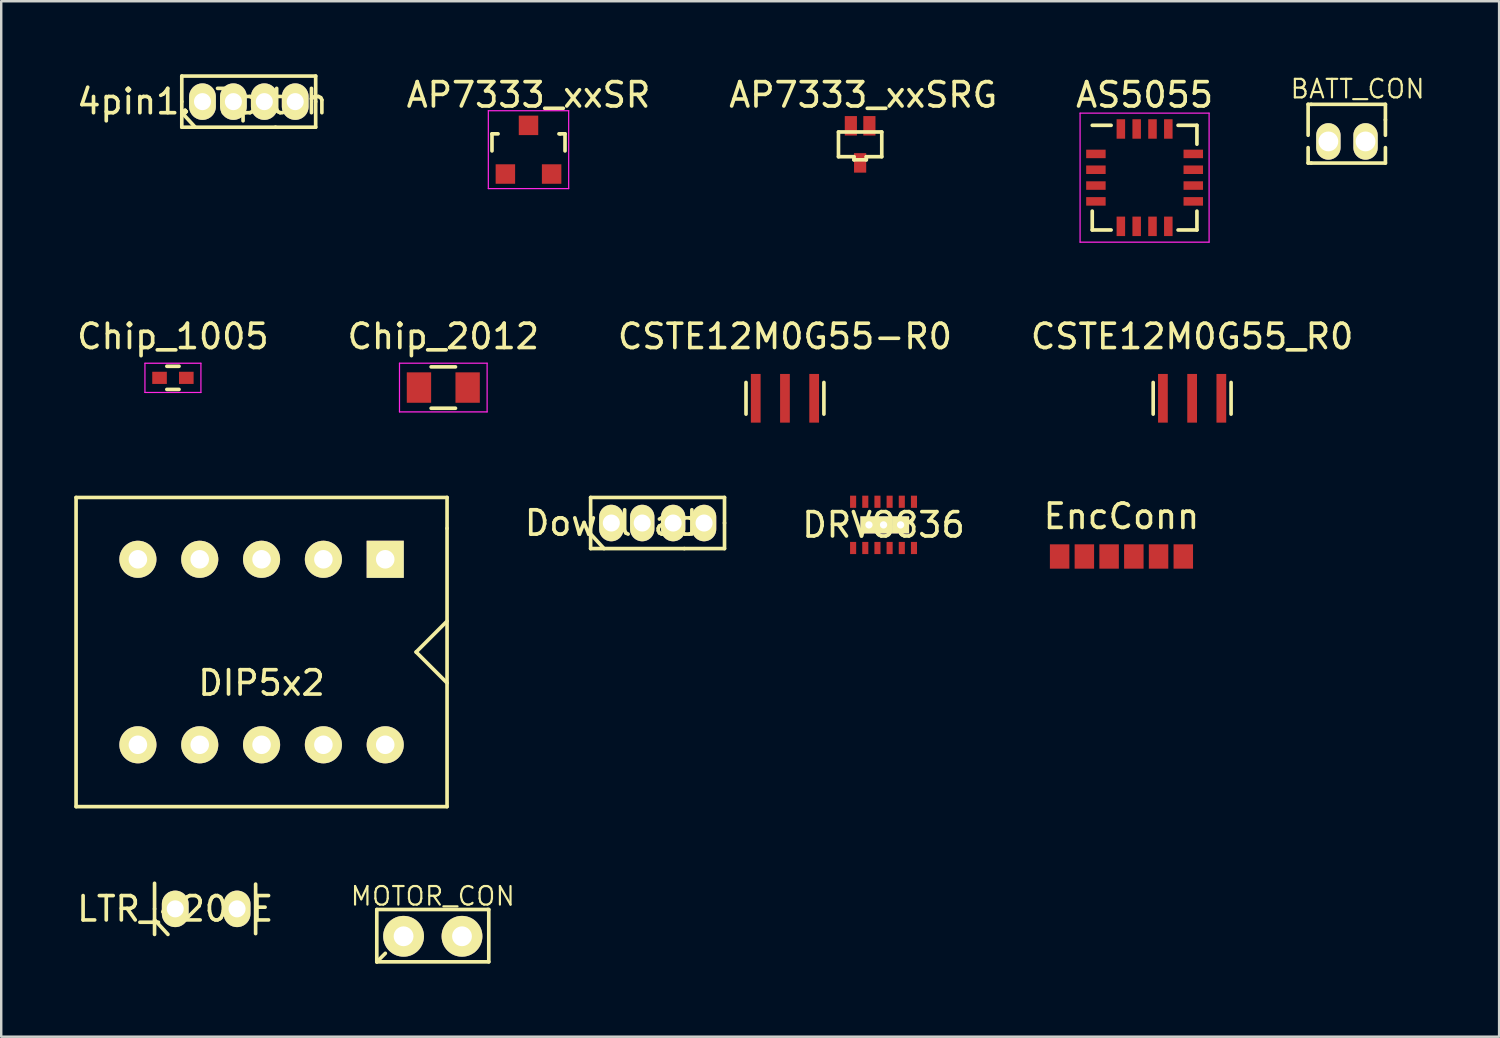
<source format=kicad_pcb>
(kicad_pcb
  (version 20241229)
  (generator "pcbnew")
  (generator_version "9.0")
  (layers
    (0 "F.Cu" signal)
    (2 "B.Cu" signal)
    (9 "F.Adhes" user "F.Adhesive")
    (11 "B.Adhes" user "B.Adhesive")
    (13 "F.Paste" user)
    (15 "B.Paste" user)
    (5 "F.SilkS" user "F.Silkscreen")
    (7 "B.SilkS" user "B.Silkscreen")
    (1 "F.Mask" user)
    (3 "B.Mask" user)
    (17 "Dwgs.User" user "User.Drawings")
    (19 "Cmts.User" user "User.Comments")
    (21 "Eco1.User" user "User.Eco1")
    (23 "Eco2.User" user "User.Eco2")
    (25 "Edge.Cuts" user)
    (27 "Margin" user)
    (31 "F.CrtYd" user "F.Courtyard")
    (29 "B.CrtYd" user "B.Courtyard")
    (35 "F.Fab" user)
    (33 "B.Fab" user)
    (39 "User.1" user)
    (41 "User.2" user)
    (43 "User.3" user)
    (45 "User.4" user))
  (footprint "BATT_CON"
    (layer "F.Cu")
    (at 52.72 2.76)
    (property "Reference" "BATT_CON" (at 0 -2.158 0) (layer "F.SilkS") (effects (font (size 0.762 0.762) (thickness 0.089))))
    (attr through_hole)
    (fp_line (start -2.032 -1.524) (end -2.032 -0.254) (stroke (width 0.15) (type solid)) (layer "F.SilkS"))
    (fp_line (start -2.032 0.889) (end -2.032 0.254) (stroke (width 0.15) (type solid)) (layer "F.SilkS"))
    (fp_line (start -2.032 0.889) (end -1.905 0.889) (stroke (width 0.15) (type solid)) (layer "F.SilkS"))
    (fp_line (start -1.905 -1.524) (end -2.032 -1.524) (stroke (width 0.15) (type solid)) (layer "F.SilkS"))
    (fp_line (start -1.905 -1.524) (end 1.143 -1.524) (stroke (width 0.15) (type solid)) (layer "F.SilkS"))
    (fp_line (start 1.143 -1.524) (end 1.143 -0.889) (stroke (width 0.15) (type solid)) (layer "F.SilkS"))
    (fp_line (start 1.143 -0.889) (end 1.143 -0.254) (stroke (width 0.15) (type solid)) (layer "F.SilkS"))
    (fp_line (start 1.143 0.254) (end 1.143 0.889) (stroke (width 0.15) (type solid)) (layer "F.SilkS"))
    (fp_line (start 1.143 0.889) (end -1.905 0.889) (stroke (width 0.15) (type solid)) (layer "F.SilkS"))
    (pad "1" thru_hole oval (at -1.2 0) (size 1 1.5) (drill 0.813) (layers "*.Cu" "*.Mask" "F.SilkS"))
    (pad "2" thru_hole oval (at 0.327 0) (size 1 1.5) (drill 0.813) (layers "*.Cu" "*.Mask" "F.SilkS")))
  (footprint "LTR_4206E"
    (layer "F.Cu")
    (at 4.149 34.286)
    (property "Reference" "LTR_4206E" (at 0 0 0) (layer "F.SilkS") (effects (font (size 1 1) (thickness 0.15))))
    (attr smd)
    (fp_line (start -0.85 -1.05) (end -0.85 0) (stroke (width 0.15) (type solid)) (layer "F.SilkS"))
    (fp_line (start -0.85 0) (end -0.85 1.05) (stroke (width 0.15) (type solid)) (layer "F.SilkS"))
    (fp_line (start -0.85 0.45) (end -0.3 1.05) (stroke (width 0.15) (type solid)) (layer "F.SilkS"))
    (fp_line (start 3.302 -1.016) (end 3.302 1.016) (stroke (width 0.15) (type solid)) (layer "F.SilkS"))
    (pad "1" thru_hole oval (at 0 0 90) (size 1.5 1.1) (drill 0.7) (layers "*.Cu" "*.Mask" "F.SilkS"))
    (pad "2" thru_hole oval (at 2.54 0 90) (size 1.5 1.1) (drill 0.7) (layers "*.Cu" "*.Mask" "F.SilkS")))
  (footprint "Chip_2012"
    (layer "F.Cu")
    (at 15.161 12.871)
    (property "Reference" "Chip_2012" (at 0 -2.1 0) (layer "F.SilkS") (effects (font (size 1 1) (thickness 0.15))))
    (attr smd)
    (fp_line (start -0.5 0.85) (end 0.5 0.85) (stroke (width 0.15) (type solid)) (layer "F.SilkS"))
    (fp_line (start 0.5 -0.85) (end -0.5 -0.85) (stroke (width 0.15) (type solid)) (layer "F.SilkS"))
    (fp_line (start -1.8 -1) (end -1.8 1) (stroke (width 0.05) (type solid)) (layer "F.CrtYd"))
    (fp_line (start -1.8 -1) (end 1.8 -1) (stroke (width 0.05) (type solid)) (layer "F.CrtYd"))
    (fp_line (start -1.8 1) (end 1.8 1) (stroke (width 0.05) (type solid)) (layer "F.CrtYd"))
    (fp_line (start 1.8 -1) (end 1.8 1) (stroke (width 0.05) (type solid)) (layer "F.CrtYd"))
    (pad "1" smd rect (at -1 0) (size 1 1.25) (layers "F.Cu" "F.Mask" "F.Paste"))
    (pad "2" smd rect (at 1 0) (size 1 1.25) (layers "F.Cu" "F.Mask" "F.Paste")))
  (footprint "AS5055"
    (layer "F.Cu")
    (at 43.97 4.248)
    (property "Reference" "AS5055" (at 0 -3.4 0) (layer "F.SilkS") (effects (font (size 1 1) (thickness 0.15))))
    (attr smd)
    (fp_line (start -2.15 -2.15) (end -1.375 -2.15) (stroke (width 0.15) (type solid)) (layer "F.SilkS"))
    (fp_line (start -2.15 2.15) (end -2.15 1.375) (stroke (width 0.15) (type solid)) (layer "F.SilkS"))
    (fp_line (start -2.15 2.15) (end -1.375 2.15) (stroke (width 0.15) (type solid)) (layer "F.SilkS"))
    (fp_line (start 2.15 -2.15) (end 1.375 -2.15) (stroke (width 0.15) (type solid)) (layer "F.SilkS"))
    (fp_line (start 2.15 -2.15) (end 2.15 -1.375) (stroke (width 0.15) (type solid)) (layer "F.SilkS"))
    (fp_line (start 2.15 2.15) (end 1.375 2.15) (stroke (width 0.15) (type solid)) (layer "F.SilkS"))
    (fp_line (start 2.15 2.15) (end 2.15 1.375) (stroke (width 0.15) (type solid)) (layer "F.SilkS"))
    (fp_line (start -2.65 -2.65) (end -2.65 2.65) (stroke (width 0.05) (type solid)) (layer "F.CrtYd"))
    (fp_line (start -2.65 -2.65) (end 2.65 -2.65) (stroke (width 0.05) (type solid)) (layer "F.CrtYd"))
    (fp_line (start -2.65 2.65) (end 2.65 2.65) (stroke (width 0.05) (type solid)) (layer "F.CrtYd"))
    (fp_line (start 2.65 -2.65) (end 2.65 2.65) (stroke (width 0.05) (type solid)) (layer "F.CrtYd"))
    (pad "1" smd rect (at -2 -0.975) (size 0.8 0.35) (layers "F.Cu" "F.Mask" "F.Paste"))
    (pad "2" smd rect (at -2 -0.325) (size 0.8 0.35) (layers "F.Cu" "F.Mask" "F.Paste"))
    (pad "3" smd rect (at -2 0.325) (size 0.8 0.35) (layers "F.Cu" "F.Mask" "F.Paste"))
    (pad "4" smd rect (at -2 0.975) (size 0.8 0.35) (layers "F.Cu" "F.Mask" "F.Paste"))
    (pad "5" smd rect (at -0.975 2 90) (size 0.8 0.35) (layers "F.Cu" "F.Mask" "F.Paste"))
    (pad "6" smd rect (at -0.325 2 90) (size 0.8 0.35) (layers "F.Cu" "F.Mask" "F.Paste"))
    (pad "7" smd rect (at 0.325 2 90) (size 0.8 0.35) (layers "F.Cu" "F.Mask" "F.Paste"))
    (pad "8" smd rect (at 0.975 2 90) (size 0.8 0.35) (layers "F.Cu" "F.Mask" "F.Paste"))
    (pad "9" smd rect (at 2 0.975) (size 0.8 0.35) (layers "F.Cu" "F.Mask" "F.Paste"))
    (pad "10" smd rect (at 2 0.325) (size 0.8 0.35) (layers "F.Cu" "F.Mask" "F.Paste"))
    (pad "11" smd rect (at 2 -0.325) (size 0.8 0.35) (layers "F.Cu" "F.Mask" "F.Paste"))
    (pad "12" smd rect (at 2 -0.975) (size 0.8 0.35) (layers "F.Cu" "F.Mask" "F.Paste"))
    (pad "13" smd rect (at 0.975 -2 90) (size 0.8 0.35) (layers "F.Cu" "F.Mask" "F.Paste"))
    (pad "14" smd rect (at 0.325 -2 90) (size 0.8 0.35) (layers "F.Cu" "F.Mask" "F.Paste"))
    (pad "15" smd rect (at -0.325 -2 90) (size 0.8 0.35) (layers "F.Cu" "F.Mask" "F.Paste"))
    (pad "16" smd rect (at -0.975 -2 90) (size 0.8 0.35) (layers "F.Cu" "F.Mask" "F.Paste")))
  (footprint "4pin1.27pitch"
    (layer "F.Cu")
    (at 5.268 1.125)
    (property "Reference" "4pin1.27pitch" (at 0 0 0) (layer "F.SilkS") (effects (font (size 1 1) (thickness 0.15))))
    (attr through_hole)
    (fp_line (start -0.85 -1.05) (end -0.85 0) (stroke (width 0.15) (type solid)) (layer "F.SilkS"))
    (fp_line (start -0.85 0) (end -0.85 1.05) (stroke (width 0.15) (type solid)) (layer "F.SilkS"))
    (fp_line (start -0.85 0.45) (end -0.3 1.05) (stroke (width 0.15) (type solid)) (layer "F.SilkS"))
    (fp_line (start -0.85 1.05) (end 3 1.05) (stroke (width 0.15) (type solid)) (layer "F.SilkS"))
    (fp_line (start 4.65 -1.05) (end -0.85 -1.05) (stroke (width 0.15) (type solid)) (layer "F.SilkS"))
    (fp_line (start 4.65 0) (end 4.65 -1.05) (stroke (width 0.15) (type solid)) (layer "F.SilkS"))
    (fp_line (start 4.65 0) (end 4.65 1.05) (stroke (width 0.15) (type solid)) (layer "F.SilkS"))
    (fp_line (start 4.65 1.05) (end 3 1.05) (stroke (width 0.15) (type solid)) (layer "F.SilkS"))
    (pad "" thru_hole oval (at 0 0 90) (size 1.5 1.1) (drill 0.7) (layers "*.Cu" "*.Mask" "F.SilkS"))
    (pad "" thru_hole oval (at 1.27 0 90) (size 1.5 1.1) (drill 0.7) (layers "*.Cu" "*.Mask" "F.SilkS"))
    (pad "" thru_hole oval (at 2.54 0 90) (size 1.5 1.1) (drill 0.7) (layers "*.Cu" "*.Mask" "F.SilkS"))
    (pad "" thru_hole oval (at 3.81 0 90) (size 1.5 1.1) (drill 0.7) (layers "*.Cu" "*.Mask" "F.SilkS")))
  (footprint "CSTE12M0G55-R0"
    (layer "F.Cu")
    (at 29.196 13.312)
    (property "Reference" "CSTE12M0G55-R0" (at 0 -2.54 0) (layer "F.SilkS") (effects (font (size 1 1) (thickness 0.15))))
    (attr through_hole)
    (fp_line (start -1.6 -0.65) (end -1.6 0.65) (stroke (width 0.15) (type solid)) (layer "F.SilkS"))
    (fp_line (start 1.6 -0.65) (end 1.6 0.65) (stroke (width 0.15) (type solid)) (layer "F.SilkS"))
    (pad "" smd rect (at -1.2 0) (size 0.4 2) (layers "F.Cu" "F.Mask" "F.Paste"))
    (pad "" smd rect (at 0 0) (size 0.4 2) (layers "F.Cu" "F.Mask" "F.Paste"))
    (pad "" smd rect (at 1.2 0) (size 0.4 2) (layers "F.Cu" "F.Mask" "F.Paste")))
  (footprint "AP7333_xxSR"
    (layer "F.Cu")
    (at 18.661 3.098)
    (property "Reference" "AP7333_xxSR" (at 0 -2.25 0) (layer "F.SilkS") (effects (font (size 1 1) (thickness 0.15))))
    (attr smd)
    (fp_line (start -1.5 -0.65) (end -1.251 -0.65) (stroke (width 0.15) (type solid)) (layer "F.SilkS"))
    (fp_line (start -1.5 0.051) (end -1.5 -0.65) (stroke (width 0.15) (type solid)) (layer "F.SilkS"))
    (fp_line (start 1.299 -0.65) (end 1.251 -0.65) (stroke (width 0.15) (type solid)) (layer "F.SilkS"))
    (fp_line (start 1.299 -0.65) (end 1.5 -0.65) (stroke (width 0.15) (type solid)) (layer "F.SilkS"))
    (fp_line (start 1.5 -0.65) (end 1.5 0.051) (stroke (width 0.15) (type solid)) (layer "F.SilkS"))
    (fp_line (start -1.65 -1.6) (end 1.65 -1.6) (stroke (width 0.05) (type solid)) (layer "F.CrtYd"))
    (fp_line (start -1.65 1.6) (end -1.65 -1.6) (stroke (width 0.05) (type solid)) (layer "F.CrtYd"))
    (fp_line (start 1.65 -1.6) (end 1.65 1.6) (stroke (width 0.05) (type solid)) (layer "F.CrtYd"))
    (fp_line (start 1.65 1.6) (end -1.65 1.6) (stroke (width 0.05) (type solid)) (layer "F.CrtYd"))
    (pad "GND" smd rect (at -0.95 1.001) (size 0.8 0.8) (layers "F.Cu" "F.Mask" "F.Paste"))
    (pad "VI" smd rect (at 0 -0.998) (size 0.8 0.8) (layers "F.Cu" "F.Mask" "F.Paste"))
    (pad "VO" smd rect (at 0.95 1.001) (size 0.8 0.8) (layers "F.Cu" "F.Mask" "F.Paste")))
  (footprint "Chip_1005"
    (layer "F.Cu")
    (at 4.054 12.472)
    (property "Reference" "Chip_1005" (at 0 -1.7 0) (layer "F.SilkS") (effects (font (size 1 1) (thickness 0.15))))
    (attr smd)
    (fp_line (start -0.25 0.475) (end 0.25 0.475) (stroke (width 0.15) (type solid)) (layer "F.SilkS"))
    (fp_line (start 0.25 -0.475) (end -0.25 -0.475) (stroke (width 0.15) (type solid)) (layer "F.SilkS"))
    (fp_line (start -1.15 -0.6) (end -1.15 0.6) (stroke (width 0.05) (type solid)) (layer "F.CrtYd"))
    (fp_line (start -1.15 -0.6) (end 1.15 -0.6) (stroke (width 0.05) (type solid)) (layer "F.CrtYd"))
    (fp_line (start -1.15 0.6) (end 1.15 0.6) (stroke (width 0.05) (type solid)) (layer "F.CrtYd"))
    (fp_line (start 1.15 -0.6) (end 1.15 0.6) (stroke (width 0.05) (type solid)) (layer "F.CrtYd"))
    (pad "1" smd rect (at -0.55 0) (size 0.6 0.5) (layers "F.Cu" "F.Mask" "F.Paste"))
    (pad "2" smd rect (at 0.55 0) (size 0.6 0.5) (layers "F.Cu" "F.Mask" "F.Paste")))
  (footprint "CSTE12M0G55_R0"
    (layer "F.Cu")
    (at 45.923 13.312)
    (property "Reference" "CSTE12M0G55_R0" (at 0 -2.54 0) (layer "F.SilkS") (effects (font (size 1 1) (thickness 0.15))))
    (attr through_hole)
    (fp_line (start -1.6 -0.65) (end -1.6 0.65) (stroke (width 0.15) (type solid)) (layer "F.SilkS"))
    (fp_line (start 1.6 -0.65) (end 1.6 0.65) (stroke (width 0.15) (type solid)) (layer "F.SilkS"))
    (pad "1" smd rect (at -1.2 0) (size 0.4 2) (layers "F.Cu" "F.Mask" "F.Paste"))
    (pad "2" smd rect (at 1.2 0) (size 0.4 2) (layers "F.Cu" "F.Mask" "F.Paste"))
    (pad "3" smd rect (at 0 0) (size 0.4 2) (layers "F.Cu" "F.Mask" "F.Paste")))
  (footprint "DIP5x2"
    (layer "F.Cu")
    (at 7.695 22.466)
    (property "Reference" "DIP5x2" (at 0 2.54 0) (layer "F.SilkS") (effects (font (size 1 1) (thickness 0.15))))
    (attr through_hole)
    (fp_line (start -7.62 -5.08) (end 7.62 -5.08) (stroke (width 0.15) (type solid)) (layer "F.SilkS"))
    (fp_line (start -7.62 7.62) (end -7.62 -5.08) (stroke (width 0.15) (type solid)) (layer "F.SilkS"))
    (fp_line (start 6.35 1.27) (end 7.62 0) (stroke (width 0.15) (type solid)) (layer "F.SilkS"))
    (fp_line (start 6.35 1.27) (end 7.62 2.54) (stroke (width 0.15) (type solid)) (layer "F.SilkS"))
    (fp_line (start 7.62 -5.08) (end 7.62 -3.81) (stroke (width 0.15) (type solid)) (layer "F.SilkS"))
    (fp_line (start 7.62 -3.81) (end 7.62 7.62) (stroke (width 0.15) (type solid)) (layer "F.SilkS"))
    (fp_line (start 7.62 7.62) (end -7.62 7.62) (stroke (width 0.15) (type solid)) (layer "F.SilkS"))
    (pad "1" thru_hole rect (at 5.08 -2.54) (size 1.524 1.524) (drill 0.762) (layers "*.Cu" "*.Mask" "F.SilkS"))
    (pad "2" thru_hole circle (at 2.54 -2.54) (size 1.524 1.524) (drill 0.762) (layers "*.Cu" "*.Mask" "F.SilkS"))
    (pad "3" thru_hole circle (at 0 -2.54) (size 1.524 1.524) (drill 0.762) (layers "*.Cu" "*.Mask" "F.SilkS"))
    (pad "4" thru_hole circle (at -2.54 -2.54) (size 1.524 1.524) (drill 0.762) (layers "*.Cu" "*.Mask" "F.SilkS"))
    (pad "5" thru_hole circle (at -5.08 -2.54) (size 1.524 1.524) (drill 0.762) (layers "*.Cu" "*.Mask" "F.SilkS"))
    (pad "6" thru_hole circle (at -5.08 5.08) (size 1.524 1.524) (drill 0.762) (layers "*.Cu" "*.Mask" "F.SilkS"))
    (pad "7" thru_hole circle (at -2.54 5.08) (size 1.524 1.524) (drill 0.762) (layers "*.Cu" "*.Mask" "F.SilkS"))
    (pad "8" thru_hole circle (at 0 5.08) (size 1.524 1.524) (drill 0.762) (layers "*.Cu" "*.Mask" "F.SilkS"))
    (pad "9" thru_hole circle (at 2.54 5.08) (size 1.524 1.524) (drill 0.762) (layers "*.Cu" "*.Mask" "F.SilkS"))
    (pad "10" thru_hole circle (at 5.08 5.08) (size 1.524 1.524) (drill 0.762) (layers "*.Cu" "*.Mask" "F.SilkS")))
  (footprint "MOTOR_CON"
    (layer "F.Cu")
    (at 14.729 35.413)
    (property "Reference" "MOTOR_CON" (at 0 -1.65 0) (layer "F.SilkS") (effects (font (size 0.762 0.762) (thickness 0.089))))
    (attr through_hole)
    (fp_line (start -2.3 -1.1) (end -2.3 1.05) (stroke (width 0.15) (type solid)) (layer "F.SilkS"))
    (fp_line (start -2.3 1.05) (end 2.3 1.05) (stroke (width 0.15) (type solid)) (layer "F.SilkS"))
    (fp_line (start -1.95 0.7) (end -2.3 1.05) (stroke (width 0.15) (type solid)) (layer "F.SilkS"))
    (fp_line (start 2.25 -1.1) (end -2.3 -1.1) (stroke (width 0.15) (type solid)) (layer "F.SilkS"))
    (fp_line (start 2.25 -1.1) (end 2.3 -1.1) (stroke (width 0.15) (type solid)) (layer "F.SilkS"))
    (fp_line (start 2.3 -1.1) (end 2.3 1.05) (stroke (width 0.15) (type solid)) (layer "F.SilkS"))
    (pad "1" thru_hole circle (at -1.2 0) (size 1.676 1.676) (drill 0.813) (layers "*.Cu" "*.Mask" "F.SilkS"))
    (pad "2" thru_hole circle (at 1.2 0) (size 1.676 1.676) (drill 0.813) (layers "*.Cu" "*.Mask" "F.SilkS")))
  (footprint "EncConn"
    (layer "F.Cu")
    (at 43.02 20.827)
    (property "Reference" "EncConn" (at 0 -2.667 0) (layer "F.SilkS") (effects (font (size 1 1) (thickness 0.15))))
    (attr through_hole)
    (pad "1" smd rect (at -2.54 -1.016) (size 0.8 1) (layers "F.Cu" "F.Mask" "F.Paste"))
    (pad "2" smd rect (at -1.524 -1.016) (size 0.8 1) (layers "F.Cu" "F.Mask" "F.Paste"))
    (pad "3" smd rect (at -0.508 -1.016) (size 0.8 1) (layers "F.Cu" "F.Mask" "F.Paste"))
    (pad "4" smd rect (at 0.508 -1.016) (size 0.8 1) (layers "F.Cu" "F.Mask" "F.Paste"))
    (pad "5" smd rect (at 1.524 -1.016) (size 0.8 1) (layers "F.Cu" "F.Mask" "F.Paste"))
    (pad "6" smd rect (at 2.54 -1.016) (size 0.8 1) (layers "F.Cu" "F.Mask" "F.Paste")))
  (footprint "DRV8836"
    (layer "F.Cu")
    (at 33.246 18.512)
    (property "Reference" "DRV8836" (at 0 0 0) (layer "F.SilkS") (effects (font (size 1 1) (thickness 0.15))))
    (attr through_hole)
    (pad "" thru_hole trapezoid (at -0.6 0 90) (size 0.7 0.7) (drill 0.3) (layers "*.Cu" "*.Mask" "F.SilkS"))
    (pad "" thru_hole trapezoid (at 0 0 90) (size 0.7 0.7) (drill 0.3) (layers "*.Cu" "*.Mask" "F.SilkS"))
    (pad "" thru_hole trapezoid (at 0.7 0 90) (size 0.7 0.7) (drill 0.3) (layers "*.Cu" "*.Mask" "F.SilkS"))
    (pad "1" smd trapezoid (at -1.25 0.95 90) (size 0.5 0.25) (layers "F.Cu" "F.Mask" "F.Paste"))
    (pad "2" smd trapezoid (at -0.75 0.95 90) (size 0.5 0.25) (layers "F.Cu" "F.Mask" "F.Paste"))
    (pad "3" smd trapezoid (at -0.25 0.95 90) (size 0.5 0.25) (layers "F.Cu" "F.Mask" "F.Paste"))
    (pad "4" smd trapezoid (at 0.25 0.95 90) (size 0.5 0.25) (layers "F.Cu" "F.Mask" "F.Paste"))
    (pad "4" smd trapezoid (at 0.75 0.95 90) (size 0.5 0.25) (layers "F.Cu" "F.Mask" "F.Paste"))
    (pad "6" smd trapezoid (at 1.25 0.95 90) (size 0.5 0.25) (layers "F.Cu" "F.Mask" "F.Paste"))
    (pad "7" smd trapezoid (at 1.25 -0.95 90) (size 0.5 0.25) (layers "F.Cu" "F.Mask" "F.Paste"))
    (pad "8" smd trapezoid (at 0.75 -0.95 90) (size 0.5 0.25) (layers "F.Cu" "F.Mask" "F.Paste"))
    (pad "9" smd trapezoid (at 0.25 -0.95 90) (size 0.5 0.25) (layers "F.Cu" "F.Mask" "F.Paste"))
    (pad "10" smd trapezoid (at -0.25 -0.95 90) (size 0.5 0.25) (layers "F.Cu" "F.Mask" "F.Paste"))
    (pad "11" smd trapezoid (at -0.75 -0.95 90) (size 0.5 0.25) (layers "F.Cu" "F.Mask" "F.Paste"))
    (pad "12" smd trapezoid (at -1.25 -0.95 90) (size 0.5 0.25) (layers "F.Cu" "F.Mask" "F.Paste")))
  (footprint "Download"
    (layer "F.Cu")
    (at 22.063 18.436)
    (property "Reference" "Download" (at 0 0 0) (layer "F.SilkS") (effects (font (size 1 1) (thickness 0.15))))
    (attr through_hole)
    (fp_line (start -0.85 -1.05) (end -0.85 0) (stroke (width 0.15) (type solid)) (layer "F.SilkS"))
    (fp_line (start -0.85 0) (end -0.85 1.05) (stroke (width 0.15) (type solid)) (layer "F.SilkS"))
    (fp_line (start -0.85 0.45) (end -0.3 1.05) (stroke (width 0.15) (type solid)) (layer "F.SilkS"))
    (fp_line (start -0.85 1.05) (end 3 1.05) (stroke (width 0.15) (type solid)) (layer "F.SilkS"))
    (fp_line (start 4.65 -1.05) (end -0.85 -1.05) (stroke (width 0.15) (type solid)) (layer "F.SilkS"))
    (fp_line (start 4.65 0) (end 4.65 -1.05) (stroke (width 0.15) (type solid)) (layer "F.SilkS"))
    (fp_line (start 4.65 0) (end 4.65 1.05) (stroke (width 0.15) (type solid)) (layer "F.SilkS"))
    (fp_line (start 4.65 1.05) (end 3 1.05) (stroke (width 0.15) (type solid)) (layer "F.SilkS"))
    (pad "1" thru_hole oval (at 0 0 90) (size 1.5 1) (drill 0.7) (layers "*.Cu" "*.Mask" "F.SilkS"))
    (pad "2" thru_hole oval (at 1.27 0 90) (size 1.5 1) (drill 0.7) (layers "*.Cu" "*.Mask" "F.SilkS"))
    (pad "3" thru_hole oval (at 2.54 0 90) (size 1.5 1) (drill 0.7) (layers "*.Cu" "*.Mask" "F.SilkS"))
    (pad "4" thru_hole oval (at 3.81 0 90) (size 1.5 1) (drill 0.7) (layers "*.Cu" "*.Mask" "F.SilkS")))
  (footprint "AP7333_xxSRG"
    (layer "F.Cu")
    (at 32.284 2.88)
    (property "Reference" "AP7333_xxSRG" (at 0.127 -2.032 0) (layer "F.SilkS") (effects (font (size 1 1) (thickness 0.15))))
    (attr smd)
    (fp_line (start -0.889 -0.508) (end -0.889 0.508) (stroke (width 0.15) (type solid)) (layer "F.SilkS"))
    (fp_line (start -0.889 0.508) (end -0.254 0.508) (stroke (width 0.15) (type solid)) (layer "F.SilkS"))
    (fp_line (start -0.254 0.508) (end -0.254 0.635) (stroke (width 0.15) (type solid)) (layer "F.SilkS"))
    (fp_line (start -0.254 0.635) (end 0.254 0.635) (stroke (width 0.15) (type solid)) (layer "F.SilkS"))
    (fp_line (start 0.254 0.508) (end 0.889 0.508) (stroke (width 0.15) (type solid)) (layer "F.SilkS"))
    (fp_line (start 0.254 0.635) (end 0.254 0.508) (stroke (width 0.15) (type solid)) (layer "F.SilkS"))
    (fp_line (start 0.889 -0.508) (end -0.889 -0.508) (stroke (width 0.15) (type solid)) (layer "F.SilkS"))
    (fp_line (start 0.889 0.508) (end 0.889 -0.508) (stroke (width 0.15) (type solid)) (layer "F.SilkS"))
    (pad "GND" smd rect (at 0.381 -0.762) (size 0.5 0.8) (layers "F.Cu" "F.Mask" "F.Paste"))
    (pad "VI" smd rect (at 0 0.762) (size 0.5 0.8) (layers "F.Cu" "F.Mask" "F.Paste"))
    (pad "VO" smd rect (at -0.381 -0.762) (size 0.5 0.8) (layers "F.Cu" "F.Mask" "F.Paste")))
  (gr_rect
    (start -3 -3)
    (end 58.534 39.538)
    (stroke (width 0.1) (type default))
    (fill no)
    (layer "Edge.Cuts")))
</source>
